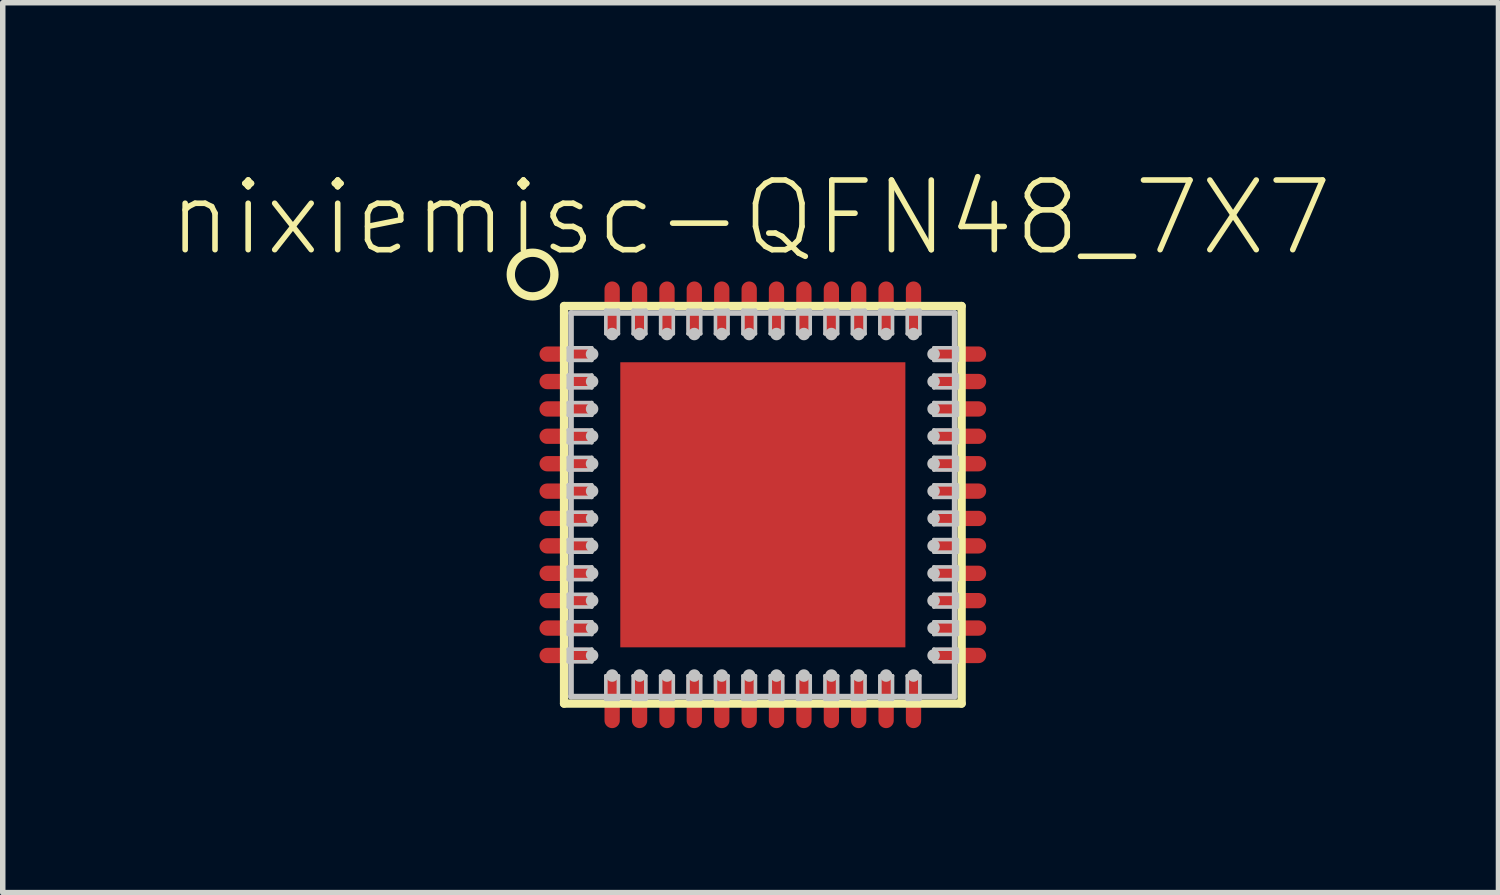
<source format=kicad_pcb>
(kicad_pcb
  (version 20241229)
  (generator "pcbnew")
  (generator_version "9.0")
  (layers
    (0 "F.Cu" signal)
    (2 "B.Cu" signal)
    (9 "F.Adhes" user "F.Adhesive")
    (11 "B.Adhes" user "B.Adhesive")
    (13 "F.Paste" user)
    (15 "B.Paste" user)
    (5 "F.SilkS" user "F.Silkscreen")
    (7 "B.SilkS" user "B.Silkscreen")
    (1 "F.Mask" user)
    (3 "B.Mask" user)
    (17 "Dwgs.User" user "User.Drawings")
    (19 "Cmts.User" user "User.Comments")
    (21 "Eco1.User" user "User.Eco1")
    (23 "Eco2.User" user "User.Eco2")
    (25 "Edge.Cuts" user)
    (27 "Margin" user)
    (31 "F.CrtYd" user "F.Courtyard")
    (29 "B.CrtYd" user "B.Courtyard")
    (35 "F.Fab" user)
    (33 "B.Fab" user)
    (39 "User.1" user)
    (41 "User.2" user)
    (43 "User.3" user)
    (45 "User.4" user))
  (footprint "nixiemisc-QFN48_7X7"
    (layer "F.Cu")
    (at 10.862 6.156)
    (property "Reference" "nixiemisc-QFN48_7X7" (at -0.224 -5.235 0) (layer "F.SilkS") (effects (font (size 1.27 1.27) (thickness 0.102))))
    (attr smd)
    (fp_line (start -2.598 -2.598) (end 2.598 -2.598) (stroke (width 0.066) (type solid)) (layer "F.Mask"))
    (fp_line (start -2.598 2.598) (end -2.598 -2.598) (stroke (width 0.066) (type solid)) (layer "F.Mask"))
    (fp_line (start -2.598 2.598) (end 2.598 2.598) (stroke (width 0.066) (type solid)) (layer "F.Mask"))
    (fp_line (start 2.598 2.598) (end 2.598 -2.598) (stroke (width 0.066) (type solid)) (layer "F.Mask"))
    (fp_line (start -3.625 3.625) (end -3.625 -3.625) (stroke (width 0.152) (type solid)) (layer "F.SilkS"))
    (fp_line (start 3.625 -3.625) (end -3.625 -3.625) (stroke (width 0.152) (type solid)) (layer "F.SilkS"))
    (fp_line (start 3.625 -3.625) (end 3.625 3.625) (stroke (width 0.152) (type solid)) (layer "F.SilkS"))
    (fp_line (start 3.625 3.625) (end -3.625 3.625) (stroke (width 0.152) (type solid)) (layer "F.SilkS"))
    (fp_circle (center -4.199 -4.199) (end -4.199 -4.597) (stroke (width 0.152) (type solid)) (fill no) (layer "F.SilkS"))
    (fp_line (start -2.598 -2.598) (end 2.598 -2.598) (stroke (width 0.066) (type solid)) (layer "F.Paste"))
    (fp_line (start -2.598 2.598) (end -2.598 -2.598) (stroke (width 0.066) (type solid)) (layer "F.Paste"))
    (fp_line (start -2.598 2.598) (end 2.598 2.598) (stroke (width 0.066) (type solid)) (layer "F.Paste"))
    (fp_line (start 2.598 2.598) (end 2.598 -2.598) (stroke (width 0.066) (type solid)) (layer "F.Paste"))
    (fp_line (start -3.548 -2.863) (end -3.548 -2.634) (stroke (width 0.066) (type solid)) (layer "Dwgs.User"))
    (fp_line (start -3.548 -2.863) (end -3.119 -2.863) (stroke (width 0.066) (type solid)) (layer "Dwgs.User"))
    (fp_line (start -3.548 -2.634) (end -3.119 -2.634) (stroke (width 0.066) (type solid)) (layer "Dwgs.User"))
    (fp_line (start -3.548 -2.365) (end -3.548 -2.134) (stroke (width 0.066) (type solid)) (layer "Dwgs.User"))
    (fp_line (start -3.548 -2.365) (end -3.119 -2.365) (stroke (width 0.066) (type solid)) (layer "Dwgs.User"))
    (fp_line (start -3.548 -2.134) (end -3.119 -2.134) (stroke (width 0.066) (type solid)) (layer "Dwgs.User"))
    (fp_line (start -3.548 -1.864) (end -3.548 -1.633) (stroke (width 0.066) (type solid)) (layer "Dwgs.User"))
    (fp_line (start -3.548 -1.864) (end -3.119 -1.864) (stroke (width 0.066) (type solid)) (layer "Dwgs.User"))
    (fp_line (start -3.548 -1.633) (end -3.119 -1.633) (stroke (width 0.066) (type solid)) (layer "Dwgs.User"))
    (fp_line (start -3.548 -1.364) (end -3.548 -1.133) (stroke (width 0.066) (type solid)) (layer "Dwgs.User"))
    (fp_line (start -3.548 -1.364) (end -3.119 -1.364) (stroke (width 0.066) (type solid)) (layer "Dwgs.User"))
    (fp_line (start -3.548 -1.133) (end -3.119 -1.133) (stroke (width 0.066) (type solid)) (layer "Dwgs.User"))
    (fp_line (start -3.548 -0.864) (end -3.548 -0.635) (stroke (width 0.066) (type solid)) (layer "Dwgs.User"))
    (fp_line (start -3.548 -0.864) (end -3.119 -0.864) (stroke (width 0.066) (type solid)) (layer "Dwgs.User"))
    (fp_line (start -3.548 -0.635) (end -3.119 -0.635) (stroke (width 0.066) (type solid)) (layer "Dwgs.User"))
    (fp_line (start -3.548 -0.363) (end -3.548 -0.135) (stroke (width 0.066) (type solid)) (layer "Dwgs.User"))
    (fp_line (start -3.548 -0.363) (end -3.119 -0.363) (stroke (width 0.066) (type solid)) (layer "Dwgs.User"))
    (fp_line (start -3.548 -0.135) (end -3.119 -0.135) (stroke (width 0.066) (type solid)) (layer "Dwgs.User"))
    (fp_line (start -3.548 0.135) (end -3.548 0.363) (stroke (width 0.066) (type solid)) (layer "Dwgs.User"))
    (fp_line (start -3.548 0.135) (end -3.119 0.135) (stroke (width 0.066) (type solid)) (layer "Dwgs.User"))
    (fp_line (start -3.548 0.363) (end -3.119 0.363) (stroke (width 0.066) (type solid)) (layer "Dwgs.User"))
    (fp_line (start -3.548 0.635) (end -3.548 0.864) (stroke (width 0.066) (type solid)) (layer "Dwgs.User"))
    (fp_line (start -3.548 0.635) (end -3.119 0.635) (stroke (width 0.066) (type solid)) (layer "Dwgs.User"))
    (fp_line (start -3.548 0.864) (end -3.119 0.864) (stroke (width 0.066) (type solid)) (layer "Dwgs.User"))
    (fp_line (start -3.548 1.133) (end -3.548 1.364) (stroke (width 0.066) (type solid)) (layer "Dwgs.User"))
    (fp_line (start -3.548 1.133) (end -3.119 1.133) (stroke (width 0.066) (type solid)) (layer "Dwgs.User"))
    (fp_line (start -3.548 1.364) (end -3.119 1.364) (stroke (width 0.066) (type solid)) (layer "Dwgs.User"))
    (fp_line (start -3.548 1.633) (end -3.548 1.864) (stroke (width 0.066) (type solid)) (layer "Dwgs.User"))
    (fp_line (start -3.548 1.633) (end -3.119 1.633) (stroke (width 0.066) (type solid)) (layer "Dwgs.User"))
    (fp_line (start -3.548 1.864) (end -3.119 1.864) (stroke (width 0.066) (type solid)) (layer "Dwgs.User"))
    (fp_line (start -3.548 2.134) (end -3.548 2.365) (stroke (width 0.066) (type solid)) (layer "Dwgs.User"))
    (fp_line (start -3.548 2.134) (end -3.119 2.134) (stroke (width 0.066) (type solid)) (layer "Dwgs.User"))
    (fp_line (start -3.548 2.365) (end -3.119 2.365) (stroke (width 0.066) (type solid)) (layer "Dwgs.User"))
    (fp_line (start -3.548 2.634) (end -3.548 2.863) (stroke (width 0.066) (type solid)) (layer "Dwgs.User"))
    (fp_line (start -3.548 2.634) (end -3.119 2.634) (stroke (width 0.066) (type solid)) (layer "Dwgs.User"))
    (fp_line (start -3.548 2.863) (end -3.119 2.863) (stroke (width 0.066) (type solid)) (layer "Dwgs.User"))
    (fp_line (start -3.498 -3.498) (end 3.498 -3.498) (stroke (width 0.102) (type solid)) (layer "Dwgs.User"))
    (fp_line (start -3.498 3.498) (end -3.498 -3.498) (stroke (width 0.102) (type solid)) (layer "Dwgs.User"))
    (fp_line (start -3.119 -2.863) (end -3.119 -2.634) (stroke (width 0.066) (type solid)) (layer "Dwgs.User"))
    (fp_line (start -3.119 -2.365) (end -3.119 -2.134) (stroke (width 0.066) (type solid)) (layer "Dwgs.User"))
    (fp_line (start -3.119 -1.864) (end -3.119 -1.633) (stroke (width 0.066) (type solid)) (layer "Dwgs.User"))
    (fp_line (start -3.119 -1.364) (end -3.119 -1.133) (stroke (width 0.066) (type solid)) (layer "Dwgs.User"))
    (fp_line (start -3.119 -0.864) (end -3.119 -0.635) (stroke (width 0.066) (type solid)) (layer "Dwgs.User"))
    (fp_line (start -3.119 -0.363) (end -3.119 -0.135) (stroke (width 0.066) (type solid)) (layer "Dwgs.User"))
    (fp_line (start -3.119 0.135) (end -3.119 0.363) (stroke (width 0.066) (type solid)) (layer "Dwgs.User"))
    (fp_line (start -3.119 0.635) (end -3.119 0.864) (stroke (width 0.066) (type solid)) (layer "Dwgs.User"))
    (fp_line (start -3.119 1.133) (end -3.119 1.364) (stroke (width 0.066) (type solid)) (layer "Dwgs.User"))
    (fp_line (start -3.119 1.633) (end -3.119 1.864) (stroke (width 0.066) (type solid)) (layer "Dwgs.User"))
    (fp_line (start -3.119 2.134) (end -3.119 2.365) (stroke (width 0.066) (type solid)) (layer "Dwgs.User"))
    (fp_line (start -3.119 2.634) (end -3.119 2.863) (stroke (width 0.066) (type solid)) (layer "Dwgs.User"))
    (fp_line (start -2.863 -3.548) (end -2.863 -3.119) (stroke (width 0.066) (type solid)) (layer "Dwgs.User"))
    (fp_line (start -2.863 3.119) (end -2.634 3.119) (stroke (width 0.066) (type solid)) (layer "Dwgs.User"))
    (fp_line (start -2.863 3.548) (end -2.863 3.119) (stroke (width 0.066) (type solid)) (layer "Dwgs.User"))
    (fp_line (start -2.863 3.548) (end -2.634 3.548) (stroke (width 0.066) (type solid)) (layer "Dwgs.User"))
    (fp_line (start -2.634 -3.548) (end -2.863 -3.548) (stroke (width 0.066) (type solid)) (layer "Dwgs.User"))
    (fp_line (start -2.634 -3.548) (end -2.634 -3.119) (stroke (width 0.066) (type solid)) (layer "Dwgs.User"))
    (fp_line (start -2.634 -3.119) (end -2.863 -3.119) (stroke (width 0.066) (type solid)) (layer "Dwgs.User"))
    (fp_line (start -2.634 3.548) (end -2.634 3.119) (stroke (width 0.066) (type solid)) (layer "Dwgs.User"))
    (fp_line (start -2.365 -3.548) (end -2.365 -3.119) (stroke (width 0.066) (type solid)) (layer "Dwgs.User"))
    (fp_line (start -2.365 3.119) (end -2.134 3.119) (stroke (width 0.066) (type solid)) (layer "Dwgs.User"))
    (fp_line (start -2.365 3.548) (end -2.365 3.119) (stroke (width 0.066) (type solid)) (layer "Dwgs.User"))
    (fp_line (start -2.365 3.548) (end -2.134 3.548) (stroke (width 0.066) (type solid)) (layer "Dwgs.User"))
    (fp_line (start -2.134 -3.548) (end -2.365 -3.548) (stroke (width 0.066) (type solid)) (layer "Dwgs.User"))
    (fp_line (start -2.134 -3.548) (end -2.134 -3.119) (stroke (width 0.066) (type solid)) (layer "Dwgs.User"))
    (fp_line (start -2.134 -3.119) (end -2.365 -3.119) (stroke (width 0.066) (type solid)) (layer "Dwgs.User"))
    (fp_line (start -2.134 3.548) (end -2.134 3.119) (stroke (width 0.066) (type solid)) (layer "Dwgs.User"))
    (fp_line (start -1.864 -3.548) (end -1.864 -3.119) (stroke (width 0.066) (type solid)) (layer "Dwgs.User"))
    (fp_line (start -1.864 3.119) (end -1.633 3.119) (stroke (width 0.066) (type solid)) (layer "Dwgs.User"))
    (fp_line (start -1.864 3.548) (end -1.864 3.119) (stroke (width 0.066) (type solid)) (layer "Dwgs.User"))
    (fp_line (start -1.864 3.548) (end -1.633 3.548) (stroke (width 0.066) (type solid)) (layer "Dwgs.User"))
    (fp_line (start -1.633 -3.548) (end -1.864 -3.548) (stroke (width 0.066) (type solid)) (layer "Dwgs.User"))
    (fp_line (start -1.633 -3.548) (end -1.633 -3.119) (stroke (width 0.066) (type solid)) (layer "Dwgs.User"))
    (fp_line (start -1.633 -3.119) (end -1.864 -3.119) (stroke (width 0.066) (type solid)) (layer "Dwgs.User"))
    (fp_line (start -1.633 3.548) (end -1.633 3.119) (stroke (width 0.066) (type solid)) (layer "Dwgs.User"))
    (fp_line (start -1.364 -3.548) (end -1.364 -3.119) (stroke (width 0.066) (type solid)) (layer "Dwgs.User"))
    (fp_line (start -1.364 3.119) (end -1.133 3.119) (stroke (width 0.066) (type solid)) (layer "Dwgs.User"))
    (fp_line (start -1.364 3.548) (end -1.364 3.119) (stroke (width 0.066) (type solid)) (layer "Dwgs.User"))
    (fp_line (start -1.364 3.548) (end -1.133 3.548) (stroke (width 0.066) (type solid)) (layer "Dwgs.User"))
    (fp_line (start -1.133 -3.548) (end -1.364 -3.548) (stroke (width 0.066) (type solid)) (layer "Dwgs.User"))
    (fp_line (start -1.133 -3.548) (end -1.133 -3.119) (stroke (width 0.066) (type solid)) (layer "Dwgs.User"))
    (fp_line (start -1.133 -3.119) (end -1.364 -3.119) (stroke (width 0.066) (type solid)) (layer "Dwgs.User"))
    (fp_line (start -1.133 3.548) (end -1.133 3.119) (stroke (width 0.066) (type solid)) (layer "Dwgs.User"))
    (fp_line (start -0.864 -3.548) (end -0.864 -3.119) (stroke (width 0.066) (type solid)) (layer "Dwgs.User"))
    (fp_line (start -0.864 3.119) (end -0.635 3.119) (stroke (width 0.066) (type solid)) (layer "Dwgs.User"))
    (fp_line (start -0.864 3.548) (end -0.864 3.119) (stroke (width 0.066) (type solid)) (layer "Dwgs.User"))
    (fp_line (start -0.864 3.548) (end -0.635 3.548) (stroke (width 0.066) (type solid)) (layer "Dwgs.User"))
    (fp_line (start -0.635 -3.548) (end -0.864 -3.548) (stroke (width 0.066) (type solid)) (layer "Dwgs.User"))
    (fp_line (start -0.635 -3.548) (end -0.635 -3.119) (stroke (width 0.066) (type solid)) (layer "Dwgs.User"))
    (fp_line (start -0.635 -3.119) (end -0.864 -3.119) (stroke (width 0.066) (type solid)) (layer "Dwgs.User"))
    (fp_line (start -0.635 3.548) (end -0.635 3.119) (stroke (width 0.066) (type solid)) (layer "Dwgs.User"))
    (fp_line (start -0.363 -3.548) (end -0.363 -3.119) (stroke (width 0.066) (type solid)) (layer "Dwgs.User"))
    (fp_line (start -0.363 3.119) (end -0.135 3.119) (stroke (width 0.066) (type solid)) (layer "Dwgs.User"))
    (fp_line (start -0.363 3.548) (end -0.363 3.119) (stroke (width 0.066) (type solid)) (layer "Dwgs.User"))
    (fp_line (start -0.363 3.548) (end -0.135 3.548) (stroke (width 0.066) (type solid)) (layer "Dwgs.User"))
    (fp_line (start -0.135 -3.548) (end -0.363 -3.548) (stroke (width 0.066) (type solid)) (layer "Dwgs.User"))
    (fp_line (start -0.135 -3.548) (end -0.135 -3.119) (stroke (width 0.066) (type solid)) (layer "Dwgs.User"))
    (fp_line (start -0.135 -3.119) (end -0.363 -3.119) (stroke (width 0.066) (type solid)) (layer "Dwgs.User"))
    (fp_line (start -0.135 3.548) (end -0.135 3.119) (stroke (width 0.066) (type solid)) (layer "Dwgs.User"))
    (fp_line (start 0.135 -3.548) (end 0.135 -3.119) (stroke (width 0.066) (type solid)) (layer "Dwgs.User"))
    (fp_line (start 0.135 3.119) (end 0.363 3.119) (stroke (width 0.066) (type solid)) (layer "Dwgs.User"))
    (fp_line (start 0.135 3.548) (end 0.135 3.119) (stroke (width 0.066) (type solid)) (layer "Dwgs.User"))
    (fp_line (start 0.135 3.548) (end 0.363 3.548) (stroke (width 0.066) (type solid)) (layer "Dwgs.User"))
    (fp_line (start 0.363 -3.548) (end 0.135 -3.548) (stroke (width 0.066) (type solid)) (layer "Dwgs.User"))
    (fp_line (start 0.363 -3.548) (end 0.363 -3.119) (stroke (width 0.066) (type solid)) (layer "Dwgs.User"))
    (fp_line (start 0.363 -3.119) (end 0.135 -3.119) (stroke (width 0.066) (type solid)) (layer "Dwgs.User"))
    (fp_line (start 0.363 3.548) (end 0.363 3.119) (stroke (width 0.066) (type solid)) (layer "Dwgs.User"))
    (fp_line (start 0.635 -3.548) (end 0.635 -3.119) (stroke (width 0.066) (type solid)) (layer "Dwgs.User"))
    (fp_line (start 0.635 3.119) (end 0.864 3.119) (stroke (width 0.066) (type solid)) (layer "Dwgs.User"))
    (fp_line (start 0.635 3.548) (end 0.635 3.119) (stroke (width 0.066) (type solid)) (layer "Dwgs.User"))
    (fp_line (start 0.635 3.548) (end 0.864 3.548) (stroke (width 0.066) (type solid)) (layer "Dwgs.User"))
    (fp_line (start 0.864 -3.548) (end 0.635 -3.548) (stroke (width 0.066) (type solid)) (layer "Dwgs.User"))
    (fp_line (start 0.864 -3.548) (end 0.864 -3.119) (stroke (width 0.066) (type solid)) (layer "Dwgs.User"))
    (fp_line (start 0.864 -3.119) (end 0.635 -3.119) (stroke (width 0.066) (type solid)) (layer "Dwgs.User"))
    (fp_line (start 0.864 3.548) (end 0.864 3.119) (stroke (width 0.066) (type solid)) (layer "Dwgs.User"))
    (fp_line (start 1.133 -3.548) (end 1.133 -3.119) (stroke (width 0.066) (type solid)) (layer "Dwgs.User"))
    (fp_line (start 1.133 3.119) (end 1.364 3.119) (stroke (width 0.066) (type solid)) (layer "Dwgs.User"))
    (fp_line (start 1.133 3.548) (end 1.133 3.119) (stroke (width 0.066) (type solid)) (layer "Dwgs.User"))
    (fp_line (start 1.133 3.548) (end 1.364 3.548) (stroke (width 0.066) (type solid)) (layer "Dwgs.User"))
    (fp_line (start 1.364 -3.548) (end 1.133 -3.548) (stroke (width 0.066) (type solid)) (layer "Dwgs.User"))
    (fp_line (start 1.364 -3.548) (end 1.364 -3.119) (stroke (width 0.066) (type solid)) (layer "Dwgs.User"))
    (fp_line (start 1.364 -3.119) (end 1.133 -3.119) (stroke (width 0.066) (type solid)) (layer "Dwgs.User"))
    (fp_line (start 1.364 3.548) (end 1.364 3.119) (stroke (width 0.066) (type solid)) (layer "Dwgs.User"))
    (fp_line (start 1.633 -3.548) (end 1.633 -3.119) (stroke (width 0.066) (type solid)) (layer "Dwgs.User"))
    (fp_line (start 1.633 3.119) (end 1.864 3.119) (stroke (width 0.066) (type solid)) (layer "Dwgs.User"))
    (fp_line (start 1.633 3.548) (end 1.633 3.119) (stroke (width 0.066) (type solid)) (layer "Dwgs.User"))
    (fp_line (start 1.633 3.548) (end 1.864 3.548) (stroke (width 0.066) (type solid)) (layer "Dwgs.User"))
    (fp_line (start 1.864 -3.548) (end 1.633 -3.548) (stroke (width 0.066) (type solid)) (layer "Dwgs.User"))
    (fp_line (start 1.864 -3.548) (end 1.864 -3.119) (stroke (width 0.066) (type solid)) (layer "Dwgs.User"))
    (fp_line (start 1.864 -3.119) (end 1.633 -3.119) (stroke (width 0.066) (type solid)) (layer "Dwgs.User"))
    (fp_line (start 1.864 3.548) (end 1.864 3.119) (stroke (width 0.066) (type solid)) (layer "Dwgs.User"))
    (fp_line (start 2.134 -3.548) (end 2.134 -3.119) (stroke (width 0.066) (type solid)) (layer "Dwgs.User"))
    (fp_line (start 2.134 3.119) (end 2.365 3.119) (stroke (width 0.066) (type solid)) (layer "Dwgs.User"))
    (fp_line (start 2.134 3.548) (end 2.134 3.119) (stroke (width 0.066) (type solid)) (layer "Dwgs.User"))
    (fp_line (start 2.134 3.548) (end 2.365 3.548) (stroke (width 0.066) (type solid)) (layer "Dwgs.User"))
    (fp_line (start 2.365 -3.548) (end 2.134 -3.548) (stroke (width 0.066) (type solid)) (layer "Dwgs.User"))
    (fp_line (start 2.365 -3.548) (end 2.365 -3.119) (stroke (width 0.066) (type solid)) (layer "Dwgs.User"))
    (fp_line (start 2.365 -3.119) (end 2.134 -3.119) (stroke (width 0.066) (type solid)) (layer "Dwgs.User"))
    (fp_line (start 2.365 3.548) (end 2.365 3.119) (stroke (width 0.066) (type solid)) (layer "Dwgs.User"))
    (fp_line (start 2.634 -3.548) (end 2.634 -3.119) (stroke (width 0.066) (type solid)) (layer "Dwgs.User"))
    (fp_line (start 2.634 3.119) (end 2.863 3.119) (stroke (width 0.066) (type solid)) (layer "Dwgs.User"))
    (fp_line (start 2.634 3.548) (end 2.634 3.119) (stroke (width 0.066) (type solid)) (layer "Dwgs.User"))
    (fp_line (start 2.634 3.548) (end 2.863 3.548) (stroke (width 0.066) (type solid)) (layer "Dwgs.User"))
    (fp_line (start 2.863 -3.548) (end 2.634 -3.548) (stroke (width 0.066) (type solid)) (layer "Dwgs.User"))
    (fp_line (start 2.863 -3.548) (end 2.863 -3.119) (stroke (width 0.066) (type solid)) (layer "Dwgs.User"))
    (fp_line (start 2.863 -3.119) (end 2.634 -3.119) (stroke (width 0.066) (type solid)) (layer "Dwgs.User"))
    (fp_line (start 2.863 3.548) (end 2.863 3.119) (stroke (width 0.066) (type solid)) (layer "Dwgs.User"))
    (fp_line (start 3.119 -2.634) (end 3.119 -2.863) (stroke (width 0.066) (type solid)) (layer "Dwgs.User"))
    (fp_line (start 3.119 -2.134) (end 3.119 -2.365) (stroke (width 0.066) (type solid)) (layer "Dwgs.User"))
    (fp_line (start 3.119 -1.633) (end 3.119 -1.864) (stroke (width 0.066) (type solid)) (layer "Dwgs.User"))
    (fp_line (start 3.119 -1.133) (end 3.119 -1.364) (stroke (width 0.066) (type solid)) (layer "Dwgs.User"))
    (fp_line (start 3.119 -0.635) (end 3.119 -0.864) (stroke (width 0.066) (type solid)) (layer "Dwgs.User"))
    (fp_line (start 3.119 -0.135) (end 3.119 -0.363) (stroke (width 0.066) (type solid)) (layer "Dwgs.User"))
    (fp_line (start 3.119 0.363) (end 3.119 0.135) (stroke (width 0.066) (type solid)) (layer "Dwgs.User"))
    (fp_line (start 3.119 0.864) (end 3.119 0.635) (stroke (width 0.066) (type solid)) (layer "Dwgs.User"))
    (fp_line (start 3.119 1.364) (end 3.119 1.133) (stroke (width 0.066) (type solid)) (layer "Dwgs.User"))
    (fp_line (start 3.119 1.864) (end 3.119 1.633) (stroke (width 0.066) (type solid)) (layer "Dwgs.User"))
    (fp_line (start 3.119 2.365) (end 3.119 2.134) (stroke (width 0.066) (type solid)) (layer "Dwgs.User"))
    (fp_line (start 3.119 2.863) (end 3.119 2.634) (stroke (width 0.066) (type solid)) (layer "Dwgs.User"))
    (fp_line (start 3.498 -3.498) (end 3.498 3.498) (stroke (width 0.102) (type solid)) (layer "Dwgs.User"))
    (fp_line (start 3.498 3.498) (end -3.498 3.498) (stroke (width 0.102) (type solid)) (layer "Dwgs.User"))
    (fp_line (start 3.548 -2.863) (end 3.119 -2.863) (stroke (width 0.066) (type solid)) (layer "Dwgs.User"))
    (fp_line (start 3.548 -2.634) (end 3.119 -2.634) (stroke (width 0.066) (type solid)) (layer "Dwgs.User"))
    (fp_line (start 3.548 -2.634) (end 3.548 -2.863) (stroke (width 0.066) (type solid)) (layer "Dwgs.User"))
    (fp_line (start 3.548 -2.365) (end 3.119 -2.365) (stroke (width 0.066) (type solid)) (layer "Dwgs.User"))
    (fp_line (start 3.548 -2.134) (end 3.119 -2.134) (stroke (width 0.066) (type solid)) (layer "Dwgs.User"))
    (fp_line (start 3.548 -2.134) (end 3.548 -2.365) (stroke (width 0.066) (type solid)) (layer "Dwgs.User"))
    (fp_line (start 3.548 -1.864) (end 3.119 -1.864) (stroke (width 0.066) (type solid)) (layer "Dwgs.User"))
    (fp_line (start 3.548 -1.633) (end 3.119 -1.633) (stroke (width 0.066) (type solid)) (layer "Dwgs.User"))
    (fp_line (start 3.548 -1.633) (end 3.548 -1.864) (stroke (width 0.066) (type solid)) (layer "Dwgs.User"))
    (fp_line (start 3.548 -1.364) (end 3.119 -1.364) (stroke (width 0.066) (type solid)) (layer "Dwgs.User"))
    (fp_line (start 3.548 -1.133) (end 3.119 -1.133) (stroke (width 0.066) (type solid)) (layer "Dwgs.User"))
    (fp_line (start 3.548 -1.133) (end 3.548 -1.364) (stroke (width 0.066) (type solid)) (layer "Dwgs.User"))
    (fp_line (start 3.548 -0.864) (end 3.119 -0.864) (stroke (width 0.066) (type solid)) (layer "Dwgs.User"))
    (fp_line (start 3.548 -0.635) (end 3.119 -0.635) (stroke (width 0.066) (type solid)) (layer "Dwgs.User"))
    (fp_line (start 3.548 -0.635) (end 3.548 -0.864) (stroke (width 0.066) (type solid)) (layer "Dwgs.User"))
    (fp_line (start 3.548 -0.363) (end 3.119 -0.363) (stroke (width 0.066) (type solid)) (layer "Dwgs.User"))
    (fp_line (start 3.548 -0.135) (end 3.119 -0.135) (stroke (width 0.066) (type solid)) (layer "Dwgs.User"))
    (fp_line (start 3.548 -0.135) (end 3.548 -0.363) (stroke (width 0.066) (type solid)) (layer "Dwgs.User"))
    (fp_line (start 3.548 0.135) (end 3.119 0.135) (stroke (width 0.066) (type solid)) (layer "Dwgs.User"))
    (fp_line (start 3.548 0.363) (end 3.119 0.363) (stroke (width 0.066) (type solid)) (layer "Dwgs.User"))
    (fp_line (start 3.548 0.363) (end 3.548 0.135) (stroke (width 0.066) (type solid)) (layer "Dwgs.User"))
    (fp_line (start 3.548 0.635) (end 3.119 0.635) (stroke (width 0.066) (type solid)) (layer "Dwgs.User"))
    (fp_line (start 3.548 0.864) (end 3.119 0.864) (stroke (width 0.066) (type solid)) (layer "Dwgs.User"))
    (fp_line (start 3.548 0.864) (end 3.548 0.635) (stroke (width 0.066) (type solid)) (layer "Dwgs.User"))
    (fp_line (start 3.548 1.133) (end 3.119 1.133) (stroke (width 0.066) (type solid)) (layer "Dwgs.User"))
    (fp_line (start 3.548 1.364) (end 3.119 1.364) (stroke (width 0.066) (type solid)) (layer "Dwgs.User"))
    (fp_line (start 3.548 1.364) (end 3.548 1.133) (stroke (width 0.066) (type solid)) (layer "Dwgs.User"))
    (fp_line (start 3.548 1.633) (end 3.119 1.633) (stroke (width 0.066) (type solid)) (layer "Dwgs.User"))
    (fp_line (start 3.548 1.864) (end 3.119 1.864) (stroke (width 0.066) (type solid)) (layer "Dwgs.User"))
    (fp_line (start 3.548 1.864) (end 3.548 1.633) (stroke (width 0.066) (type solid)) (layer "Dwgs.User"))
    (fp_line (start 3.548 2.134) (end 3.119 2.134) (stroke (width 0.066) (type solid)) (layer "Dwgs.User"))
    (fp_line (start 3.548 2.365) (end 3.119 2.365) (stroke (width 0.066) (type solid)) (layer "Dwgs.User"))
    (fp_line (start 3.548 2.365) (end 3.548 2.134) (stroke (width 0.066) (type solid)) (layer "Dwgs.User"))
    (fp_line (start 3.548 2.634) (end 3.119 2.634) (stroke (width 0.066) (type solid)) (layer "Dwgs.User"))
    (fp_line (start 3.548 2.863) (end 3.119 2.863) (stroke (width 0.066) (type solid)) (layer "Dwgs.User"))
    (fp_line (start 3.548 2.863) (end 3.548 2.634) (stroke (width 0.066) (type solid)) (layer "Dwgs.User"))
    (fp_circle (center -3.114 -2.748) (end -3.114 -2.863) (stroke (width 0) (type solid)) (fill yes) (layer "Dwgs.User"))
    (fp_circle (center -3.114 -2.248) (end -3.114 -2.362) (stroke (width 0) (type solid)) (fill yes) (layer "Dwgs.User"))
    (fp_circle (center -3.114 -1.748) (end -3.114 -1.862) (stroke (width 0) (type solid)) (fill yes) (layer "Dwgs.User"))
    (fp_circle (center -3.114 -1.25) (end -3.114 -1.364) (stroke (width 0) (type solid)) (fill yes) (layer "Dwgs.User"))
    (fp_circle (center -3.114 -0.749) (end -3.114 -0.864) (stroke (width 0) (type solid)) (fill yes) (layer "Dwgs.User"))
    (fp_circle (center -3.114 -0.249) (end -3.114 -0.363) (stroke (width 0) (type solid)) (fill yes) (layer "Dwgs.User"))
    (fp_circle (center -3.114 0.249) (end -3.114 0.135) (stroke (width 0) (type solid)) (fill yes) (layer "Dwgs.User"))
    (fp_circle (center -3.114 0.749) (end -3.114 0.635) (stroke (width 0) (type solid)) (fill yes) (layer "Dwgs.User"))
    (fp_circle (center -3.114 1.25) (end -3.114 1.135) (stroke (width 0) (type solid)) (fill yes) (layer "Dwgs.User"))
    (fp_circle (center -3.114 1.748) (end -3.114 1.633) (stroke (width 0) (type solid)) (fill yes) (layer "Dwgs.User"))
    (fp_circle (center -3.114 2.248) (end -3.114 2.134) (stroke (width 0) (type solid)) (fill yes) (layer "Dwgs.User"))
    (fp_circle (center -3.114 2.748) (end -3.114 2.634) (stroke (width 0) (type solid)) (fill yes) (layer "Dwgs.User"))
    (fp_circle (center -2.748 -3.114) (end -2.748 -3.228) (stroke (width 0) (type solid)) (fill yes) (layer "Dwgs.User"))
    (fp_circle (center -2.748 3.114) (end -2.748 3) (stroke (width 0) (type solid)) (fill yes) (layer "Dwgs.User"))
    (fp_circle (center -2.248 -3.114) (end -2.248 -3.228) (stroke (width 0) (type solid)) (fill yes) (layer "Dwgs.User"))
    (fp_circle (center -2.248 3.114) (end -2.248 3) (stroke (width 0) (type solid)) (fill yes) (layer "Dwgs.User"))
    (fp_circle (center -1.748 -3.114) (end -1.748 -3.228) (stroke (width 0) (type solid)) (fill yes) (layer "Dwgs.User"))
    (fp_circle (center -1.748 3.114) (end -1.748 3) (stroke (width 0) (type solid)) (fill yes) (layer "Dwgs.User"))
    (fp_circle (center -1.25 -3.114) (end -1.25 -3.228) (stroke (width 0) (type solid)) (fill yes) (layer "Dwgs.User"))
    (fp_circle (center -1.25 3.114) (end -1.25 3) (stroke (width 0) (type solid)) (fill yes) (layer "Dwgs.User"))
    (fp_circle (center -0.749 -3.114) (end -0.749 -3.228) (stroke (width 0) (type solid)) (fill yes) (layer "Dwgs.User"))
    (fp_circle (center -0.749 3.114) (end -0.749 3) (stroke (width 0) (type solid)) (fill yes) (layer "Dwgs.User"))
    (fp_circle (center -0.249 -3.114) (end -0.249 -3.228) (stroke (width 0) (type solid)) (fill yes) (layer "Dwgs.User"))
    (fp_circle (center -0.249 3.114) (end -0.249 3) (stroke (width 0) (type solid)) (fill yes) (layer "Dwgs.User"))
    (fp_circle (center 0.249 -3.114) (end 0.249 -3.228) (stroke (width 0) (type solid)) (fill yes) (layer "Dwgs.User"))
    (fp_circle (center 0.249 3.114) (end 0.249 3) (stroke (width 0) (type solid)) (fill yes) (layer "Dwgs.User"))
    (fp_circle (center 0.749 -3.114) (end 0.749 -3.228) (stroke (width 0) (type solid)) (fill yes) (layer "Dwgs.User"))
    (fp_circle (center 0.749 3.114) (end 0.749 3) (stroke (width 0) (type solid)) (fill yes) (layer "Dwgs.User"))
    (fp_circle (center 1.25 -3.114) (end 1.25 -3.228) (stroke (width 0) (type solid)) (fill yes) (layer "Dwgs.User"))
    (fp_circle (center 1.25 3.114) (end 1.25 3) (stroke (width 0) (type solid)) (fill yes) (layer "Dwgs.User"))
    (fp_circle (center 1.748 -3.114) (end 1.748 -3.228) (stroke (width 0) (type solid)) (fill yes) (layer "Dwgs.User"))
    (fp_circle (center 1.748 3.114) (end 1.748 3) (stroke (width 0) (type solid)) (fill yes) (layer "Dwgs.User"))
    (fp_circle (center 2.248 -3.114) (end 2.248 -3.228) (stroke (width 0) (type solid)) (fill yes) (layer "Dwgs.User"))
    (fp_circle (center 2.248 3.114) (end 2.248 3) (stroke (width 0) (type solid)) (fill yes) (layer "Dwgs.User"))
    (fp_circle (center 2.748 -3.114) (end 2.748 -3.228) (stroke (width 0) (type solid)) (fill yes) (layer "Dwgs.User"))
    (fp_circle (center 2.748 3.114) (end 2.748 3) (stroke (width 0) (type solid)) (fill yes) (layer "Dwgs.User"))
    (fp_circle (center 3.114 -2.748) (end 3.114 -2.863) (stroke (width 0) (type solid)) (fill yes) (layer "Dwgs.User"))
    (fp_circle (center 3.114 -2.248) (end 3.114 -2.362) (stroke (width 0) (type solid)) (fill yes) (layer "Dwgs.User"))
    (fp_circle (center 3.114 -1.748) (end 3.114 -1.862) (stroke (width 0) (type solid)) (fill yes) (layer "Dwgs.User"))
    (fp_circle (center 3.114 -1.25) (end 3.114 -1.364) (stroke (width 0) (type solid)) (fill yes) (layer "Dwgs.User"))
    (fp_circle (center 3.114 -0.749) (end 3.114 -0.864) (stroke (width 0) (type solid)) (fill yes) (layer "Dwgs.User"))
    (fp_circle (center 3.114 -0.249) (end 3.114 -0.363) (stroke (width 0) (type solid)) (fill yes) (layer "Dwgs.User"))
    (fp_circle (center 3.114 0.249) (end 3.114 0.135) (stroke (width 0) (type solid)) (fill yes) (layer "Dwgs.User"))
    (fp_circle (center 3.114 0.749) (end 3.114 0.635) (stroke (width 0) (type solid)) (fill yes) (layer "Dwgs.User"))
    (fp_circle (center 3.114 1.25) (end 3.114 1.135) (stroke (width 0) (type solid)) (fill yes) (layer "Dwgs.User"))
    (fp_circle (center 3.114 1.748) (end 3.114 1.633) (stroke (width 0) (type solid)) (fill yes) (layer "Dwgs.User"))
    (fp_circle (center 3.114 2.248) (end 3.114 2.134) (stroke (width 0) (type solid)) (fill yes) (layer "Dwgs.User"))
    (fp_circle (center 3.114 2.748) (end 3.114 2.634) (stroke (width 0) (type solid)) (fill yes) (layer "Dwgs.User"))
    (pad "1" smd oval (at -3.574 -2.748 270) (size 0.279 0.998) (layers "F.Cu" "F.Mask" "F.Paste"))
    (pad "2" smd oval (at -3.574 -2.248 270) (size 0.279 0.998) (layers "F.Cu" "F.Mask" "F.Paste"))
    (pad "3" smd oval (at -3.574 -1.748 270) (size 0.279 0.998) (layers "F.Cu" "F.Mask" "F.Paste"))
    (pad "4" smd oval (at -3.574 -1.25 270) (size 0.279 0.998) (layers "F.Cu" "F.Mask" "F.Paste"))
    (pad "5" smd oval (at -3.574 -0.749 270) (size 0.279 0.998) (layers "F.Cu" "F.Mask" "F.Paste"))
    (pad "6" smd oval (at -3.574 -0.249 270) (size 0.279 0.998) (layers "F.Cu" "F.Mask" "F.Paste"))
    (pad "7" smd oval (at -3.574 0.249 270) (size 0.279 0.998) (layers "F.Cu" "F.Mask" "F.Paste"))
    (pad "8" smd oval (at -3.574 0.749 270) (size 0.279 0.998) (layers "F.Cu" "F.Mask" "F.Paste"))
    (pad "9" smd oval (at -3.574 1.25 270) (size 0.279 0.998) (layers "F.Cu" "F.Mask" "F.Paste"))
    (pad "10" smd oval (at -3.574 1.748 270) (size 0.279 0.998) (layers "F.Cu" "F.Mask" "F.Paste"))
    (pad "11" smd oval (at -3.574 2.248 270) (size 0.279 0.998) (layers "F.Cu" "F.Mask" "F.Paste"))
    (pad "12" smd oval (at -3.574 2.748 270) (size 0.279 0.998) (layers "F.Cu" "F.Mask" "F.Paste"))
    (pad "13" smd oval (at -2.748 3.574) (size 0.279 0.998) (layers "F.Cu" "F.Mask" "F.Paste"))
    (pad "14" smd oval (at -2.248 3.574) (size 0.279 0.998) (layers "F.Cu" "F.Mask" "F.Paste"))
    (pad "15" smd oval (at -1.748 3.574) (size 0.279 0.998) (layers "F.Cu" "F.Mask" "F.Paste"))
    (pad "16" smd oval (at -1.25 3.574) (size 0.279 0.998) (layers "F.Cu" "F.Mask" "F.Paste"))
    (pad "17" smd oval (at -0.749 3.574) (size 0.279 0.998) (layers "F.Cu" "F.Mask" "F.Paste"))
    (pad "18" smd oval (at -0.249 3.574) (size 0.279 0.998) (layers "F.Cu" "F.Mask" "F.Paste"))
    (pad "19" smd oval (at 0.249 3.574) (size 0.279 0.998) (layers "F.Cu" "F.Mask" "F.Paste"))
    (pad "20" smd oval (at 0.749 3.574) (size 0.279 0.998) (layers "F.Cu" "F.Mask" "F.Paste"))
    (pad "21" smd oval (at 1.25 3.574) (size 0.279 0.998) (layers "F.Cu" "F.Mask" "F.Paste"))
    (pad "22" smd oval (at 1.748 3.574) (size 0.279 0.998) (layers "F.Cu" "F.Mask" "F.Paste"))
    (pad "23" smd oval (at 2.248 3.574) (size 0.279 0.998) (layers "F.Cu" "F.Mask" "F.Paste"))
    (pad "24" smd oval (at 2.748 3.574) (size 0.279 0.998) (layers "F.Cu" "F.Mask" "F.Paste"))
    (pad "25" smd oval (at 3.574 2.748 90) (size 0.279 0.998) (layers "F.Cu" "F.Mask" "F.Paste"))
    (pad "26" smd oval (at 3.574 2.248 90) (size 0.279 0.998) (layers "F.Cu" "F.Mask" "F.Paste"))
    (pad "27" smd oval (at 3.574 1.748 90) (size 0.279 0.998) (layers "F.Cu" "F.Mask" "F.Paste"))
    (pad "28" smd oval (at 3.574 1.25 90) (size 0.279 0.998) (layers "F.Cu" "F.Mask" "F.Paste"))
    (pad "29" smd oval (at 3.574 0.749 90) (size 0.279 0.998) (layers "F.Cu" "F.Mask" "F.Paste"))
    (pad "30" smd oval (at 3.574 0.249 90) (size 0.279 0.998) (layers "F.Cu" "F.Mask" "F.Paste"))
    (pad "31" smd oval (at 3.574 -0.249 90) (size 0.279 0.998) (layers "F.Cu" "F.Mask" "F.Paste"))
    (pad "32" smd oval (at 3.574 -0.749 90) (size 0.279 0.998) (layers "F.Cu" "F.Mask" "F.Paste"))
    (pad "33" smd oval (at 3.574 -1.25 90) (size 0.279 0.998) (layers "F.Cu" "F.Mask" "F.Paste"))
    (pad "34" smd oval (at 3.574 -1.748 90) (size 0.279 0.998) (layers "F.Cu" "F.Mask" "F.Paste"))
    (pad "35" smd oval (at 3.574 -2.248 90) (size 0.279 0.998) (layers "F.Cu" "F.Mask" "F.Paste"))
    (pad "36" smd oval (at 3.574 -2.748 90) (size 0.279 0.998) (layers "F.Cu" "F.Mask" "F.Paste"))
    (pad "37" smd oval (at 2.748 -3.574 180) (size 0.279 0.998) (layers "F.Cu" "F.Mask" "F.Paste"))
    (pad "38" smd oval (at 2.248 -3.574 180) (size 0.279 0.998) (layers "F.Cu" "F.Mask" "F.Paste"))
    (pad "39" smd oval (at 1.748 -3.574 180) (size 0.279 0.998) (layers "F.Cu" "F.Mask" "F.Paste"))
    (pad "40" smd oval (at 1.25 -3.574 180) (size 0.279 0.998) (layers "F.Cu" "F.Mask" "F.Paste"))
    (pad "41" smd oval (at 0.749 -3.574 180) (size 0.279 0.998) (layers "F.Cu" "F.Mask" "F.Paste"))
    (pad "42" smd oval (at 0.249 -3.574 180) (size 0.279 0.998) (layers "F.Cu" "F.Mask" "F.Paste"))
    (pad "43" smd oval (at -0.249 -3.574 180) (size 0.279 0.998) (layers "F.Cu" "F.Mask" "F.Paste"))
    (pad "44" smd oval (at -0.749 -3.574 180) (size 0.279 0.998) (layers "F.Cu" "F.Mask" "F.Paste"))
    (pad "45" smd oval (at -1.25 -3.574 180) (size 0.279 0.998) (layers "F.Cu" "F.Mask" "F.Paste"))
    (pad "46" smd oval (at -1.748 -3.574 180) (size 0.279 0.998) (layers "F.Cu" "F.Mask" "F.Paste"))
    (pad "47" smd oval (at -2.248 -3.574 180) (size 0.279 0.998) (layers "F.Cu" "F.Mask" "F.Paste"))
    (pad "48" smd oval (at -2.748 -3.574 180) (size 0.279 0.998) (layers "F.Cu" "F.Mask" "F.Paste"))
    (pad "49" smd rect (at 0 0) (size 5.199 5.199) (layers "F.Cu" "F.Mask" "F.Paste")))
  (gr_rect
    (start -3 -3)
    (end 24.278 13.229)
    (stroke (width 0.1) (type default))
    (fill no)
    (layer "Edge.Cuts")))
</source>
